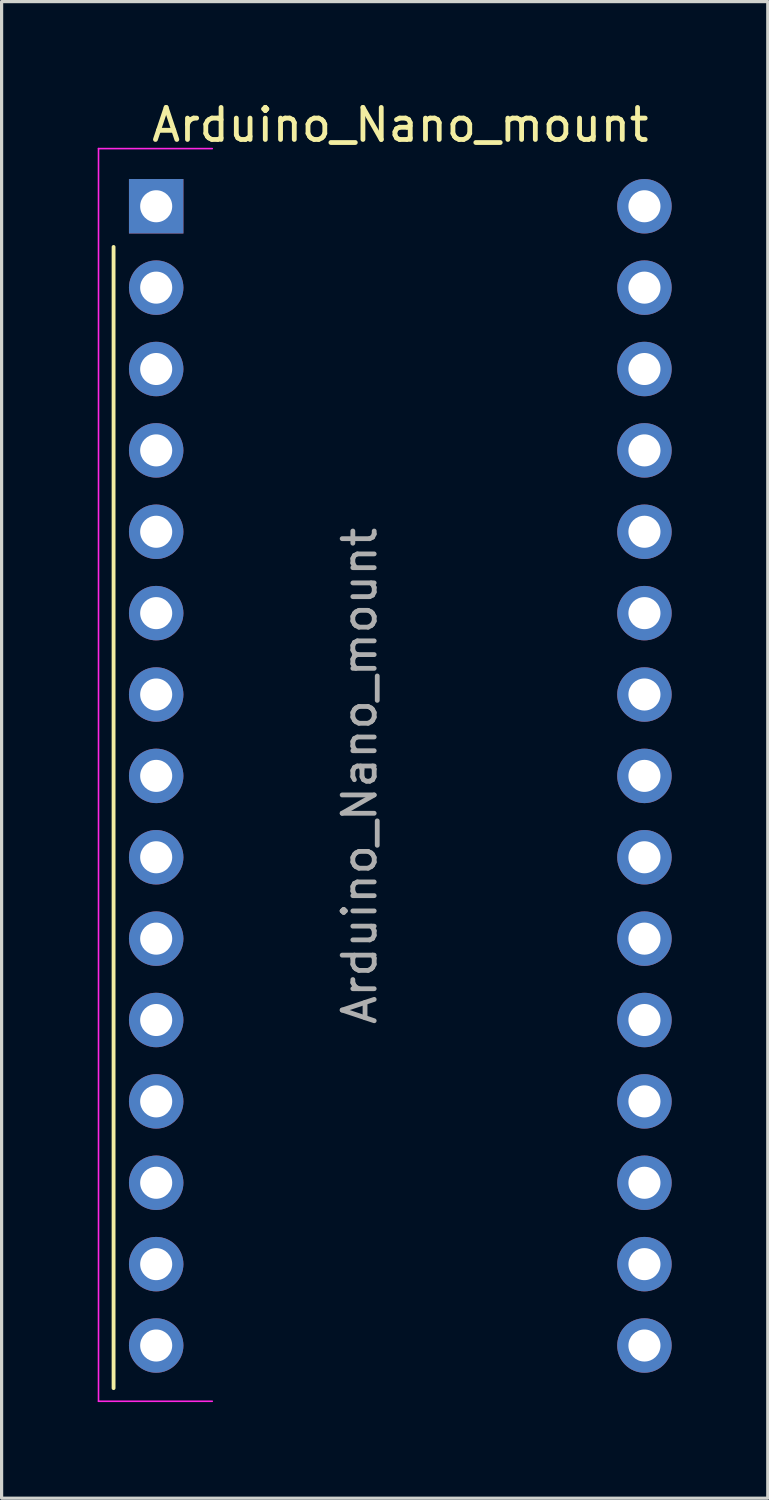
<source format=kicad_pcb>
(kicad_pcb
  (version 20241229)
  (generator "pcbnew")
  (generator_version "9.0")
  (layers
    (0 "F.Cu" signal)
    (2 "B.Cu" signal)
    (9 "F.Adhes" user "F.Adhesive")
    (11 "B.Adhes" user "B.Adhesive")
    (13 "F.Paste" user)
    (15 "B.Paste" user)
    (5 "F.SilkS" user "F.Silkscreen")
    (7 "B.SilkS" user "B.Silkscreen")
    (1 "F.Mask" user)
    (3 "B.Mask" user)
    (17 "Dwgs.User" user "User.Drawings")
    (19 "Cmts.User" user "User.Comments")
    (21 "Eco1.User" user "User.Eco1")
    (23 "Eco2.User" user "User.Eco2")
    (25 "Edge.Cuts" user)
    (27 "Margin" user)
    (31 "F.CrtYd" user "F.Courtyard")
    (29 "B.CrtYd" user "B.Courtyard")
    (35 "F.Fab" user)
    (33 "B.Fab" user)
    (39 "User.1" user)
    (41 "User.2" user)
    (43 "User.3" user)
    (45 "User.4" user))
  (footprint "Arduino_Nano_mount"
    (layer "F.Cu")
    (at 1.825 3.388)
    (property "Reference" "Arduino_Nano_mount" (at 7.62 -2.54 0) (layer "F.SilkS") (effects (font (size 1 1) (thickness 0.15))))
    (attr through_hole)
    (fp_line (start -1.33 1.27) (end -1.33 36.89) (stroke (width 0.12) (type solid)) (layer "F.SilkS"))
    (fp_line (start -1.8 -1.8) (end 1.75 -1.8) (stroke (width 0.05) (type solid)) (layer "F.CrtYd"))
    (fp_line (start -1.8 37.3) (end -1.8 -1.8) (stroke (width 0.05) (type solid)) (layer "F.CrtYd"))
    (fp_line (start 1.75 37.3) (end -1.8 37.3) (stroke (width 0.05) (type solid)) (layer "F.CrtYd"))
    (fp_text user "${REFERENCE}" (at 6.35 17.78 90) (layer "F.Fab") (effects (font (size 1 1) (thickness 0.15))))
    (pad "1" thru_hole rect (at 0 0) (size 1.7 1.7) (drill 1) (layers "*.Cu" "*.Mask"))
    (pad "2" thru_hole oval (at 0 2.54) (size 1.7 1.7) (drill 1) (layers "*.Cu" "*.Mask"))
    (pad "3" thru_hole oval (at 0 5.08) (size 1.7 1.7) (drill 1) (layers "*.Cu" "*.Mask"))
    (pad "4" thru_hole oval (at 0 7.62) (size 1.7 1.7) (drill 1) (layers "*.Cu" "*.Mask"))
    (pad "5" thru_hole oval (at 0 10.16) (size 1.7 1.7) (drill 1) (layers "*.Cu" "*.Mask"))
    (pad "6" thru_hole oval (at 0 12.7) (size 1.7 1.7) (drill 1) (layers "*.Cu" "*.Mask"))
    (pad "7" thru_hole oval (at 0 15.24) (size 1.7 1.7) (drill 1) (layers "*.Cu" "*.Mask"))
    (pad "8" thru_hole oval (at 0 17.78) (size 1.7 1.7) (drill 1) (layers "*.Cu" "*.Mask"))
    (pad "9" thru_hole oval (at 0 20.32) (size 1.7 1.7) (drill 1) (layers "*.Cu" "*.Mask"))
    (pad "10" thru_hole oval (at 0 22.86) (size 1.7 1.7) (drill 1) (layers "*.Cu" "*.Mask"))
    (pad "11" thru_hole oval (at 0 25.4) (size 1.7 1.7) (drill 1) (layers "*.Cu" "*.Mask"))
    (pad "12" thru_hole oval (at 0 27.94) (size 1.7 1.7) (drill 1) (layers "*.Cu" "*.Mask"))
    (pad "13" thru_hole oval (at 0 30.48) (size 1.7 1.7) (drill 1) (layers "*.Cu" "*.Mask"))
    (pad "14" thru_hole oval (at 0 33.02) (size 1.7 1.7) (drill 1) (layers "*.Cu" "*.Mask"))
    (pad "15" thru_hole oval (at 0 35.56) (size 1.7 1.7) (drill 1) (layers "*.Cu" "*.Mask"))
    (pad "16" thru_hole oval (at 15.24 0) (size 1.7 1.7) (drill 1) (layers "*.Cu" "*.Mask"))
    (pad "17" thru_hole oval (at 15.24 2.54) (size 1.7 1.7) (drill 1) (layers "*.Cu" "*.Mask"))
    (pad "18" thru_hole oval (at 15.24 5.08) (size 1.7 1.7) (drill 1) (layers "*.Cu" "*.Mask"))
    (pad "19" thru_hole oval (at 15.24 7.62) (size 1.7 1.7) (drill 1) (layers "*.Cu" "*.Mask"))
    (pad "20" thru_hole oval (at 15.24 10.16) (size 1.7 1.7) (drill 1) (layers "*.Cu" "*.Mask"))
    (pad "21" thru_hole oval (at 15.24 12.7) (size 1.7 1.7) (drill 1) (layers "*.Cu" "*.Mask"))
    (pad "22" thru_hole oval (at 15.24 15.24) (size 1.7 1.7) (drill 1) (layers "*.Cu" "*.Mask"))
    (pad "23" thru_hole oval (at 15.24 17.78) (size 1.7 1.7) (drill 1) (layers "*.Cu" "*.Mask"))
    (pad "24" thru_hole oval (at 15.24 20.32) (size 1.7 1.7) (drill 1) (layers "*.Cu" "*.Mask"))
    (pad "25" thru_hole oval (at 15.24 22.86) (size 1.7 1.7) (drill 1) (layers "*.Cu" "*.Mask"))
    (pad "26" thru_hole oval (at 15.24 25.4) (size 1.7 1.7) (drill 1) (layers "*.Cu" "*.Mask"))
    (pad "27" thru_hole oval (at 15.24 27.94) (size 1.7 1.7) (drill 1) (layers "*.Cu" "*.Mask"))
    (pad "28" thru_hole oval (at 15.24 30.48) (size 1.7 1.7) (drill 1) (layers "*.Cu" "*.Mask"))
    (pad "29" thru_hole oval (at 15.24 33.02) (size 1.7 1.7) (drill 1) (layers "*.Cu" "*.Mask"))
    (pad "30" thru_hole oval (at 15.24 35.56) (size 1.7 1.7) (drill 1) (layers "*.Cu" "*.Mask")))
  (gr_rect
    (start -3 -3)
    (end 20.915 43.713)
    (stroke (width 0.1) (type default))
    (fill no)
    (layer "Edge.Cuts")))
</source>
